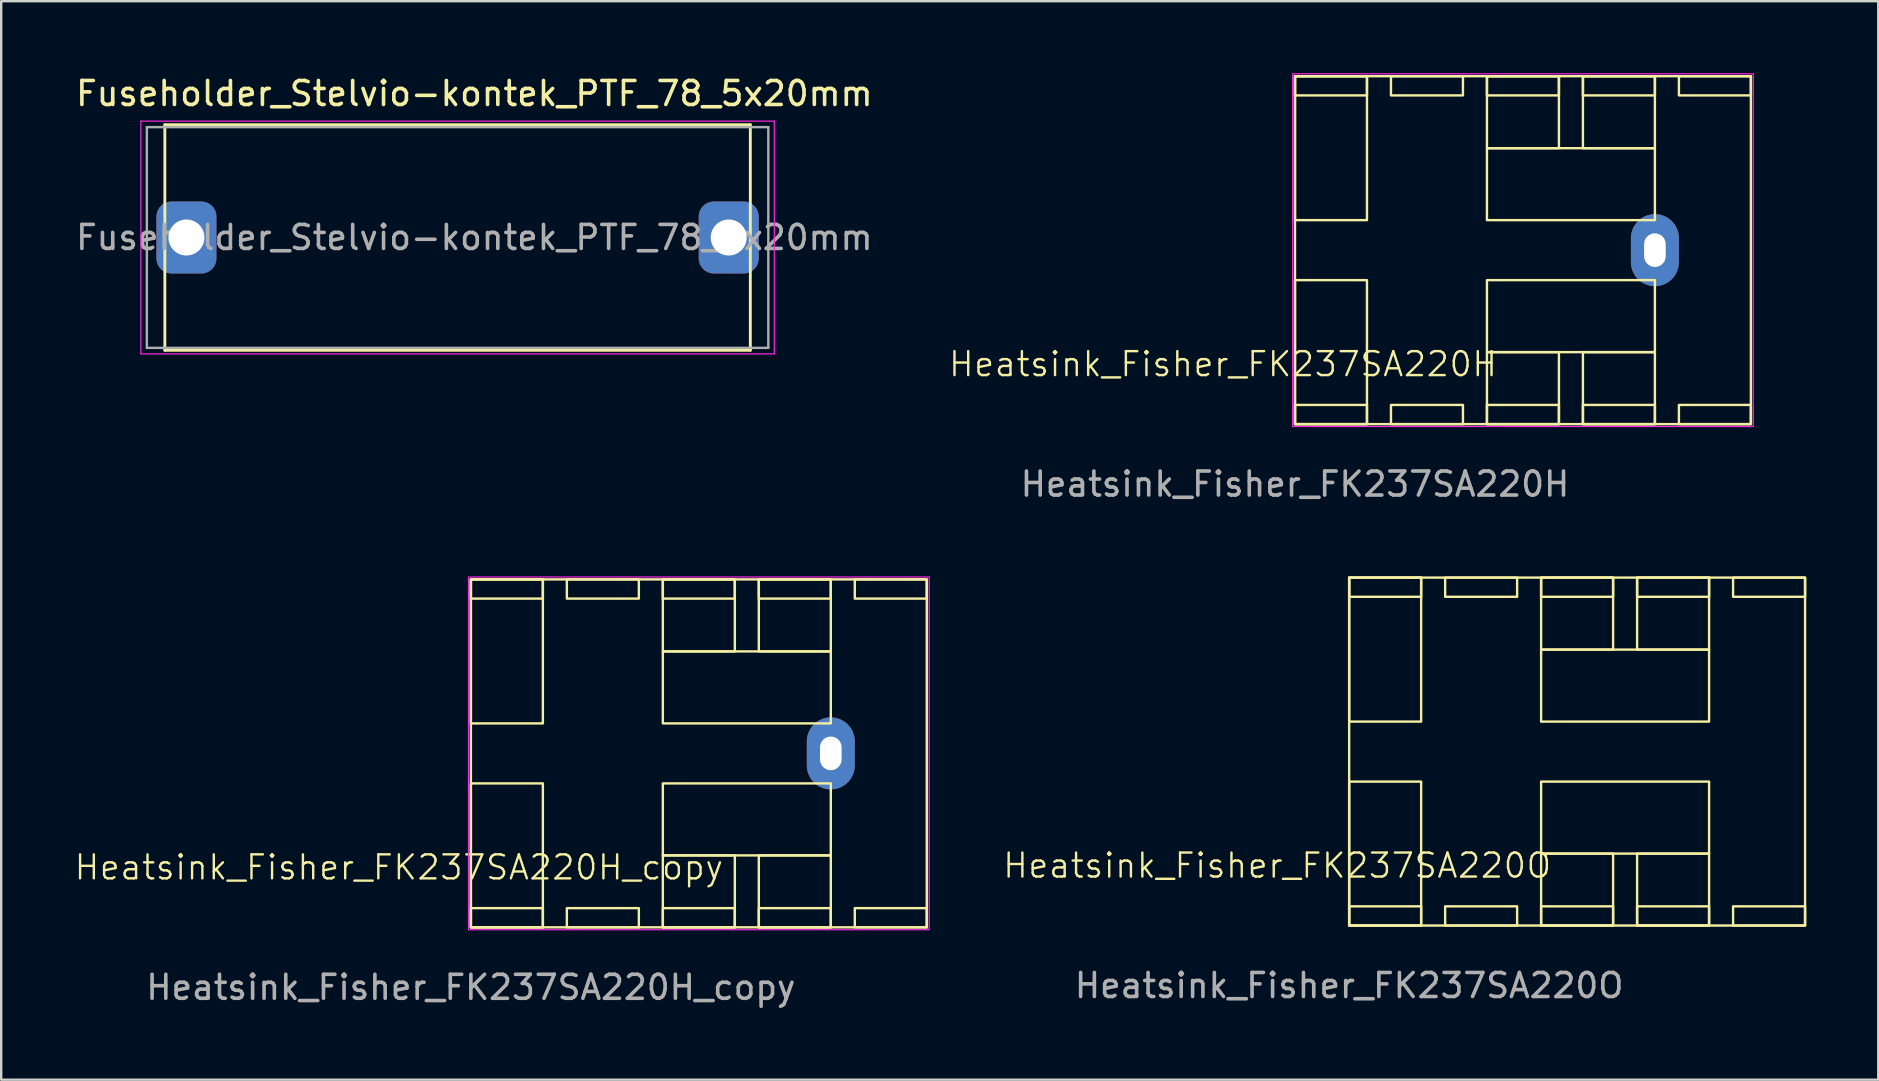
<source format=kicad_pcb>
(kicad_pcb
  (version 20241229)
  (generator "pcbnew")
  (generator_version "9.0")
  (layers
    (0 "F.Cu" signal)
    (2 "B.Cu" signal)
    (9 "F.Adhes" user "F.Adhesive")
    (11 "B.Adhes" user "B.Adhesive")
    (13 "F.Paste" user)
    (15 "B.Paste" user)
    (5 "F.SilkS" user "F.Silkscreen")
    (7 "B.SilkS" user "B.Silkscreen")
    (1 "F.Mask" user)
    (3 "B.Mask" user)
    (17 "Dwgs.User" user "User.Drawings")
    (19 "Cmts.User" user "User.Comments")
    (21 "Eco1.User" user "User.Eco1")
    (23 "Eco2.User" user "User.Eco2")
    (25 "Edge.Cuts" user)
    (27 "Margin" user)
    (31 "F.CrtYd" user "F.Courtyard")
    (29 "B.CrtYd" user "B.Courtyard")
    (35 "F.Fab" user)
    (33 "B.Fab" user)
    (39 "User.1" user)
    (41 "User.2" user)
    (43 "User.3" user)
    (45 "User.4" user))
  (footprint "Heatsink_Fisher_FK237SA220O"
    (layer "F.Cu")
    (at 53.177 35.523)
    (property "Reference" "Heatsink_Fisher_FK237SA220O" (at -3 -2.5 0) (unlocked yes) (layer "F.SilkS") (effects (font (size 1 1) (thickness 0.1))))
    (attr smd)
    (fp_rect (start 0 -14.5) (end 3 -13.7) (stroke (width 0.1) (type default)) (fill no) (layer "F.SilkS"))
    (fp_rect (start 0 -14.5) (end 3 -8.5) (stroke (width 0.1) (type solid)) (fill no) (layer "F.SilkS"))
    (fp_rect (start 0 -14.5) (end 19 0) (stroke (width 0.1) (type solid)) (fill no) (layer "F.SilkS"))
    (fp_rect (start 0 -6) (end 3 0) (stroke (width 0.1) (type solid)) (fill no) (layer "F.SilkS"))
    (fp_rect (start 0 -0.8) (end 3 0) (stroke (width 0.1) (type default)) (fill no) (layer "F.SilkS"))
    (fp_rect (start 4 -14.5) (end 7 -13.7) (stroke (width 0.1) (type default)) (fill no) (layer "F.SilkS"))
    (fp_rect (start 4 -0.8) (end 7 0) (stroke (width 0.1) (type default)) (fill no) (layer "F.SilkS"))
    (fp_rect (start 8 -14.5) (end 11 -13.7) (stroke (width 0.1) (type default)) (fill no) (layer "F.SilkS"))
    (fp_rect (start 8 -14.5) (end 11 -11.5) (stroke (width 0.1) (type solid)) (fill no) (layer "F.SilkS"))
    (fp_rect (start 8 -11.5) (end 15 -8.5) (stroke (width 0.1) (type default)) (fill no) (layer "F.SilkS"))
    (fp_rect (start 8 -6) (end 15 -3) (stroke (width 0.1) (type default)) (fill no) (layer "F.SilkS"))
    (fp_rect (start 8 -3) (end 11 0) (stroke (width 0.1) (type solid)) (fill no) (layer "F.SilkS"))
    (fp_rect (start 8 -0.8) (end 11 0) (stroke (width 0.1) (type default)) (fill no) (layer "F.SilkS"))
    (fp_rect (start 12 -14.5) (end 15 -13.7) (stroke (width 0.1) (type default)) (fill no) (layer "F.SilkS"))
    (fp_rect (start 12 -14.5) (end 15 -11.5) (stroke (width 0.1) (type solid)) (fill no) (layer "F.SilkS"))
    (fp_rect (start 12 -3) (end 15 0) (stroke (width 0.1) (type solid)) (fill no) (layer "F.SilkS"))
    (fp_rect (start 12 -0.8) (end 15 0) (stroke (width 0.1) (type default)) (fill no) (layer "F.SilkS"))
    (fp_rect (start 16 -14.5) (end 19 -13.7) (stroke (width 0.1) (type default)) (fill no) (layer "F.SilkS"))
    (fp_rect (start 16 -0.8) (end 19 0) (stroke (width 0.1) (type default)) (fill no) (layer "F.SilkS"))
    (fp_text user "${REFERENCE}" (at 0 2.5 0) (unlocked yes) (layer "F.Fab") (effects (font (size 1 1) (thickness 0.15)))))
  (footprint "Heatsink_Fisher_FK237SA220H_copy"
    (layer "F.Cu")
    (at 16.574 35.598)
    (property "Reference" "Heatsink_Fisher_FK237SA220H_copy" (at -3 -2.5 0) (unlocked yes) (layer "F.SilkS") (effects (font (size 1 1) (thickness 0.1))))
    (attr smd)
    (fp_rect (start 0 -14.5) (end 3 -13.7) (stroke (width 0.1) (type default)) (fill no) (layer "F.SilkS"))
    (fp_rect (start 0 -14.5) (end 3 -8.5) (stroke (width 0.1) (type solid)) (fill no) (layer "F.SilkS"))
    (fp_rect (start 0 -14.5) (end 19 0) (stroke (width 0.1) (type solid)) (fill no) (layer "F.SilkS"))
    (fp_rect (start 0 -6) (end 3 0) (stroke (width 0.1) (type solid)) (fill no) (layer "F.SilkS"))
    (fp_rect (start 0 -0.8) (end 3 0) (stroke (width 0.1) (type default)) (fill no) (layer "F.SilkS"))
    (fp_rect (start 4 -14.5) (end 7 -13.7) (stroke (width 0.1) (type default)) (fill no) (layer "F.SilkS"))
    (fp_rect (start 4 -0.8) (end 7 0) (stroke (width 0.1) (type default)) (fill no) (layer "F.SilkS"))
    (fp_rect (start 8 -14.5) (end 11 -13.7) (stroke (width 0.1) (type default)) (fill no) (layer "F.SilkS"))
    (fp_rect (start 8 -14.5) (end 11 -11.5) (stroke (width 0.1) (type solid)) (fill no) (layer "F.SilkS"))
    (fp_rect (start 8 -11.5) (end 15 -8.5) (stroke (width 0.1) (type default)) (fill no) (layer "F.SilkS"))
    (fp_rect (start 8 -6) (end 15 -3) (stroke (width 0.1) (type default)) (fill no) (layer "F.SilkS"))
    (fp_rect (start 8 -3) (end 11 0) (stroke (width 0.1) (type solid)) (fill no) (layer "F.SilkS"))
    (fp_rect (start 8 -0.8) (end 11 0) (stroke (width 0.1) (type default)) (fill no) (layer "F.SilkS"))
    (fp_rect (start 12 -14.5) (end 15 -13.7) (stroke (width 0.1) (type default)) (fill no) (layer "F.SilkS"))
    (fp_rect (start 12 -14.5) (end 15 -11.5) (stroke (width 0.1) (type solid)) (fill no) (layer "F.SilkS"))
    (fp_rect (start 12 -3) (end 15 0) (stroke (width 0.1) (type solid)) (fill no) (layer "F.SilkS"))
    (fp_rect (start 12 -0.8) (end 15 0) (stroke (width 0.1) (type default)) (fill no) (layer "F.SilkS"))
    (fp_rect (start 16 -14.5) (end 19 -13.7) (stroke (width 0.1) (type default)) (fill no) (layer "F.SilkS"))
    (fp_rect (start 16 -0.8) (end 19 0) (stroke (width 0.1) (type default)) (fill no) (layer "F.SilkS"))
    (fp_rect (start -0.1 -14.6) (end 19.1 0.1) (stroke (width 0.05) (type default)) (fill no) (layer "F.CrtYd"))
    (fp_text user "${REFERENCE}" (at 0 2.5 0) (unlocked yes) (layer "F.Fab") (effects (font (size 1 1) (thickness 0.15))))
    (pad "" thru_hole oval (at 15 -7.25) (size 2 3) (drill oval 0.9 1.4) (layers "*.Cu" "*.Mask")))
  (footprint "Fuseholder_Stelvio-kontek_PTF_78_5x20mm"
    (layer "F.Cu")
    (at 4.72 6.848)
    (property "Reference" "Fuseholder_Stelvio-kontek_PTF_78_5x20mm" (at 12 -6 0) (unlocked yes) (layer "F.SilkS") (effects (font (size 1 1) (thickness 0.15))))
    (attr through_hole)
    (fp_line (start -0.9 -4.7) (end 23.5 -4.7) (stroke (width 0.12) (type solid)) (layer "F.SilkS"))
    (fp_line (start -0.9 4.7) (end -0.9 -4.7) (stroke (width 0.12) (type solid)) (layer "F.SilkS"))
    (fp_line (start 23.5 -4.7) (end 23.5 4.7) (stroke (width 0.12) (type solid)) (layer "F.SilkS"))
    (fp_line (start 23.5 4.7) (end -0.9 4.7) (stroke (width 0.12) (type solid)) (layer "F.SilkS"))
    (fp_line (start -1.9 -4.85) (end 24.5 -4.85) (stroke (width 0.05) (type solid)) (layer "F.CrtYd"))
    (fp_line (start -1.9 4.85) (end -1.9 -4.85) (stroke (width 0.05) (type solid)) (layer "F.CrtYd"))
    (fp_line (start 24.5 -4.85) (end 24.5 4.85) (stroke (width 0.05) (type solid)) (layer "F.CrtYd"))
    (fp_line (start 24.5 4.85) (end -1.9 4.85) (stroke (width 0.05) (type solid)) (layer "F.CrtYd"))
    (fp_line (start -1.65 -4.6) (end 24.25 -4.6) (stroke (width 0.1) (type solid)) (layer "F.Fab"))
    (fp_line (start -1.65 4.6) (end -1.65 -4.6) (stroke (width 0.1) (type solid)) (layer "F.Fab"))
    (fp_line (start 24.25 -4.6) (end 24.25 4.6) (stroke (width 0.1) (type solid)) (layer "F.Fab"))
    (fp_line (start 24.25 4.6) (end -1.65 4.6) (stroke (width 0.1) (type solid)) (layer "F.Fab"))
    (fp_text user "${REFERENCE}" (at 12 0 0) (unlocked yes) (layer "F.Fab") (effects (font (size 1 1) (thickness 0.15))))
    (pad "1" thru_hole roundrect (at 0 0) (size 2.5 3) (drill 1.5) (layers "*.Cu" "*.Mask") (roundrect_rratio 0.25))
    (pad "2" thru_hole roundrect (at 22.6 0) (size 2.5 3) (drill 1.5) (layers "*.Cu" "*.Mask") (roundrect_rratio 0.25)))
  (footprint "Heatsink_Fisher_FK237SA220H"
    (layer "F.Cu")
    (at 50.919 14.625)
    (property "Reference" "Heatsink_Fisher_FK237SA220H" (at -3 -2.5 0) (unlocked yes) (layer "F.SilkS") (effects (font (size 1 1) (thickness 0.1))))
    (attr smd)
    (fp_rect (start 0 -14.5) (end 3 -13.7) (stroke (width 0.1) (type default)) (fill no) (layer "F.SilkS"))
    (fp_rect (start 0 -14.5) (end 3 -8.5) (stroke (width 0.1) (type solid)) (fill no) (layer "F.SilkS"))
    (fp_rect (start 0 -14.5) (end 19 0) (stroke (width 0.1) (type solid)) (fill no) (layer "F.SilkS"))
    (fp_rect (start 0 -6) (end 3 0) (stroke (width 0.1) (type solid)) (fill no) (layer "F.SilkS"))
    (fp_rect (start 0 -0.8) (end 3 0) (stroke (width 0.1) (type default)) (fill no) (layer "F.SilkS"))
    (fp_rect (start 4 -14.5) (end 7 -13.7) (stroke (width 0.1) (type default)) (fill no) (layer "F.SilkS"))
    (fp_rect (start 4 -0.8) (end 7 0) (stroke (width 0.1) (type default)) (fill no) (layer "F.SilkS"))
    (fp_rect (start 8 -14.5) (end 11 -13.7) (stroke (width 0.1) (type default)) (fill no) (layer "F.SilkS"))
    (fp_rect (start 8 -14.5) (end 11 -11.5) (stroke (width 0.1) (type solid)) (fill no) (layer "F.SilkS"))
    (fp_rect (start 8 -11.5) (end 15 -8.5) (stroke (width 0.1) (type default)) (fill no) (layer "F.SilkS"))
    (fp_rect (start 8 -6) (end 15 -3) (stroke (width 0.1) (type default)) (fill no) (layer "F.SilkS"))
    (fp_rect (start 8 -3) (end 11 0) (stroke (width 0.1) (type solid)) (fill no) (layer "F.SilkS"))
    (fp_rect (start 8 -0.8) (end 11 0) (stroke (width 0.1) (type default)) (fill no) (layer "F.SilkS"))
    (fp_rect (start 12 -14.5) (end 15 -13.7) (stroke (width 0.1) (type default)) (fill no) (layer "F.SilkS"))
    (fp_rect (start 12 -14.5) (end 15 -11.5) (stroke (width 0.1) (type solid)) (fill no) (layer "F.SilkS"))
    (fp_rect (start 12 -3) (end 15 0) (stroke (width 0.1) (type solid)) (fill no) (layer "F.SilkS"))
    (fp_rect (start 12 -0.8) (end 15 0) (stroke (width 0.1) (type default)) (fill no) (layer "F.SilkS"))
    (fp_rect (start 16 -14.5) (end 19 -13.7) (stroke (width 0.1) (type default)) (fill no) (layer "F.SilkS"))
    (fp_rect (start 16 -0.8) (end 19 0) (stroke (width 0.1) (type default)) (fill no) (layer "F.SilkS"))
    (fp_rect (start -0.1 -14.6) (end 19.1 0.1) (stroke (width 0.05) (type default)) (fill no) (layer "F.CrtYd"))
    (fp_text user "${REFERENCE}" (at 0 2.5 0) (unlocked yes) (layer "F.Fab") (effects (font (size 1 1) (thickness 0.15))))
    (pad "" thru_hole oval (at 15 -7.25) (size 2 3) (drill oval 0.9 1.4) (layers "*.Cu" "*.Mask")))
  (gr_rect
    (start -3 -3)
    (end 75.227 41.947)
    (stroke (width 0.1) (type default))
    (fill no)
    (layer "Edge.Cuts")))
</source>
